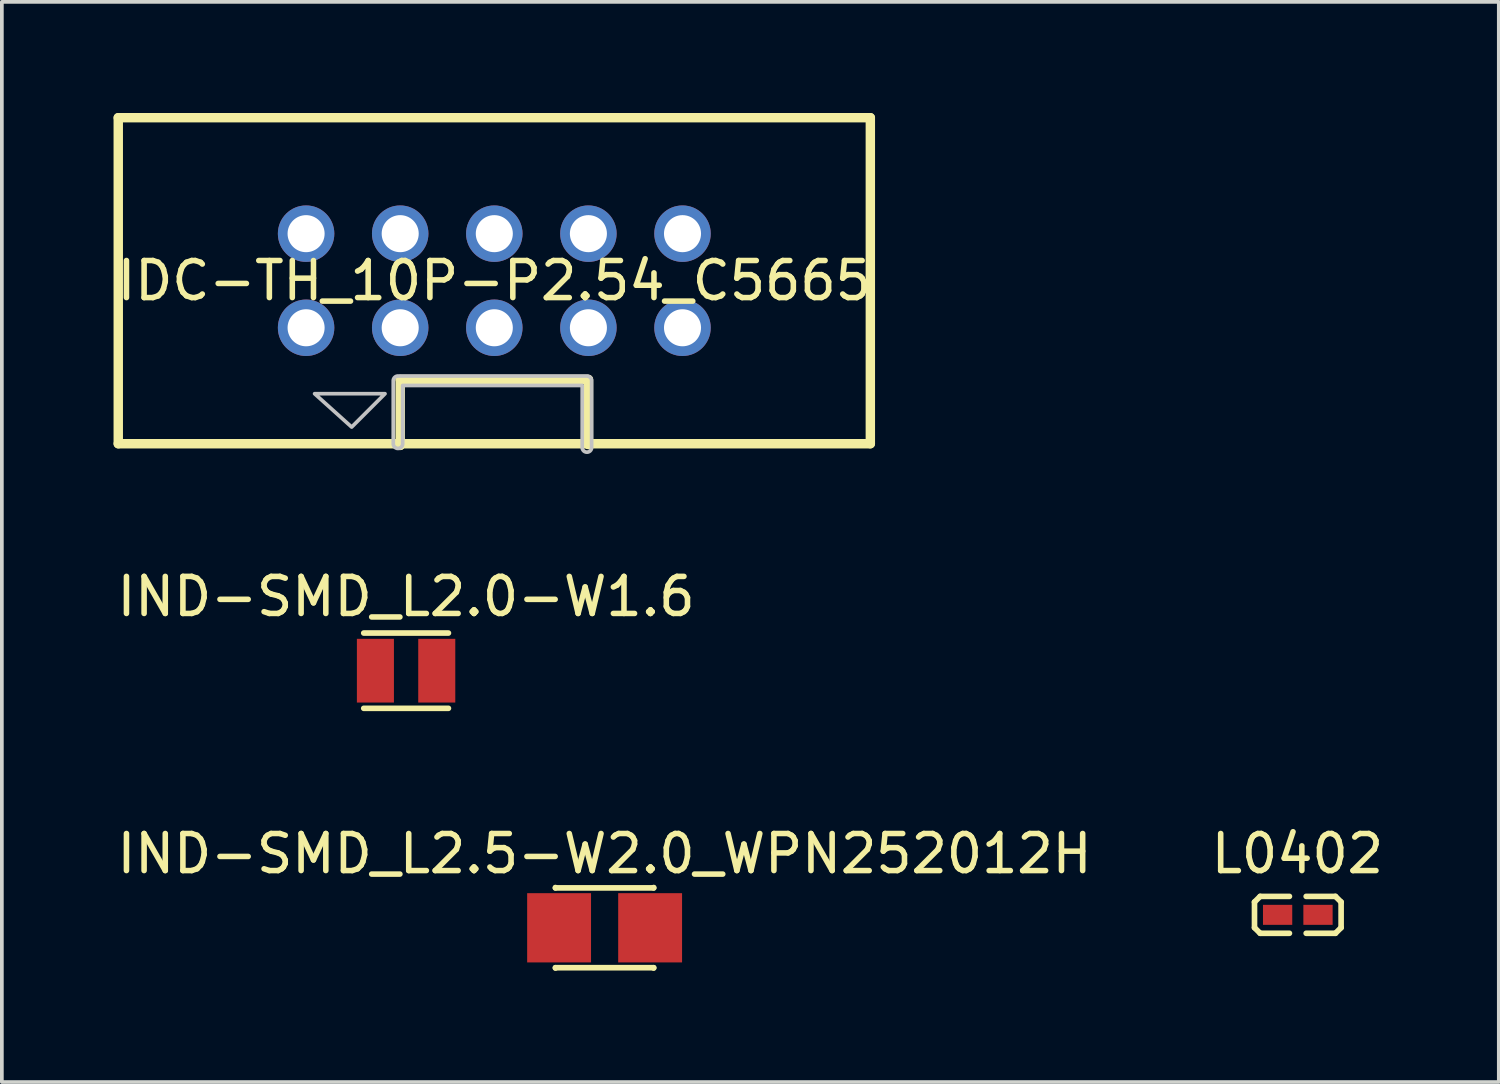
<source format=kicad_pcb>
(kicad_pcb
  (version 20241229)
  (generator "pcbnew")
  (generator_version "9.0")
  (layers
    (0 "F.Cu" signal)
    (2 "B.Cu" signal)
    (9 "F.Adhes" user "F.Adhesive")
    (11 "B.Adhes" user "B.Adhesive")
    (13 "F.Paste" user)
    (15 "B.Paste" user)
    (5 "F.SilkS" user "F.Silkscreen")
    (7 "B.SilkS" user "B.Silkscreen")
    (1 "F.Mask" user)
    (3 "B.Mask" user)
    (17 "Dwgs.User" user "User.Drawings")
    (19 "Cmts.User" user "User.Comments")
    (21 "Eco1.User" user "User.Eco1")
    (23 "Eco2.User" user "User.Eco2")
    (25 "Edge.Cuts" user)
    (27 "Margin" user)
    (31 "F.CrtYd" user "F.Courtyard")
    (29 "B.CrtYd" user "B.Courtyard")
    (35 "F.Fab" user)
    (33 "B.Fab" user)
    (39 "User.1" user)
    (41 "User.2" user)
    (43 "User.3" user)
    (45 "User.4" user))
  (footprint "L0402"
    (layer "F.Cu")
    (at 31.98 21.643)
    (property "Reference" "L0402" (at -0.01 -1.65 0) (layer "F.SilkS") (effects (font (size 1 1) (thickness 0.15))))
    (fp_line (start -1.169 -0.346) (end -1.016 -0.498) (stroke (width 0.152) (type default)) (layer "F.SilkS"))
    (fp_line (start -1.169 0.346) (end -1.169 -0.346) (stroke (width 0.152) (type default)) (layer "F.SilkS"))
    (fp_line (start -1.016 -0.498) (end -0.226 -0.498) (stroke (width 0.152) (type default)) (layer "F.SilkS"))
    (fp_line (start -1.016 0.498) (end -1.169 0.346) (stroke (width 0.152) (type default)) (layer "F.SilkS"))
    (fp_line (start -0.226 0.498) (end -1.016 0.498) (stroke (width 0.152) (type default)) (layer "F.SilkS"))
    (fp_line (start 0.226 0.498) (end 1.016 0.498) (stroke (width 0.152) (type default)) (layer "F.SilkS"))
    (fp_line (start 1.016 -0.498) (end 0.226 -0.498) (stroke (width 0.152) (type default)) (layer "F.SilkS"))
    (fp_line (start 1.016 0.498) (end 1.169 0.346) (stroke (width 0.152) (type default)) (layer "F.SilkS"))
    (fp_line (start 1.169 -0.346) (end 1.016 -0.498) (stroke (width 0.152) (type default)) (layer "F.SilkS"))
    (fp_line (start 1.169 0.346) (end 1.169 -0.346) (stroke (width 0.152) (type default)) (layer "F.SilkS"))
    (fp_poly (pts (xy -0.135 0.086) (xy -0.135 -0.086) (xy -0.404 -0.27) (xy -0.9 -0.27) (xy -0.94 -0.23) (xy -0.94 0.23) (xy -0.9 0.27) (xy -0.404 0.27)) (stroke (width 0) (type default)) (fill yes) (layer "F.Paste"))
    (fp_poly (pts (xy 0.135 0.086) (xy 0.135 -0.086) (xy 0.404 -0.27) (xy 0.9 -0.27) (xy 0.94 -0.23) (xy 0.94 0.23) (xy 0.9 0.27) (xy 0.404 0.27)) (stroke (width 0) (type default)) (fill yes) (layer "F.Paste"))
    (fp_poly (pts (xy -0.5 0.25) (xy -0.5 -0.25) (xy -0.25 -0.25) (xy -0.25 0.25)) (stroke (width 0.1) (type default)) (fill no) (layer "User.1"))
    (fp_poly (pts (xy 0.5 0.25) (xy 0.5 -0.25) (xy 0.25 -0.25) (xy 0.25 0.25)) (stroke (width 0.1) (type default)) (fill no) (layer "User.1"))
    (fp_line (start -0.5 -0.25) (end 0.5 -0.25) (stroke (width 0.051) (type default)) (layer "User.2"))
    (fp_line (start -0.5 0.25) (end -0.5 -0.25) (stroke (width 0.051) (type default)) (layer "User.2"))
    (fp_line (start 0.5 -0.25) (end 0.5 0.25) (stroke (width 0.051) (type default)) (layer "User.2"))
    (fp_line (start 0.5 0.25) (end -0.5 0.25) (stroke (width 0.051) (type default)) (layer "User.2"))
    (fp_poly (pts (xy -0.44 0.25) (xy -0.458 0.208) (xy -0.5 0.19) (xy -0.542 0.208) (xy -0.56 0.25) (xy -0.542 0.292) (xy -0.5 0.31) (xy -0.458 0.292)) (stroke (width 0.1) (type default)) (fill no) (layer "User.3"))
    (pad "1" smd rect (at -0.545 0) (size 0.79 0.54) (layers "F.Cu" "F.Mask" "F.Paste"))
    (pad "2" smd rect (at 0.545 0) (size 0.79 0.54) (layers "F.Cu" "F.Mask" "F.Paste")))
  (footprint "IND-SMD_L2.5-W2.0_WPN252012H"
    (layer "F.Cu")
    (at 13.268 21.993)
    (property "Reference" "IND-SMD_L2.5-W2.0_WPN252012H" (at 0 -2 0) (layer "F.SilkS") (effects (font (size 1 1) (thickness 0.15))))
    (fp_line (start -1.326 -1.087) (end -1.326 -1.077) (stroke (width 0.152) (type default)) (layer "F.SilkS"))
    (fp_line (start -1.326 -1.077) (end 1.326 -1.077) (stroke (width 0.152) (type default)) (layer "F.SilkS"))
    (fp_line (start -1.326 1.077) (end 1.326 1.077) (stroke (width 0.152) (type default)) (layer "F.SilkS"))
    (fp_line (start -1.326 1.087) (end -1.326 1.077) (stroke (width 0.152) (type default)) (layer "F.SilkS"))
    (fp_line (start 1.326 -1.077) (end 1.326 -1.087) (stroke (width 0.152) (type default)) (layer "F.SilkS"))
    (fp_line (start 1.326 1.077) (end 1.326 1.087) (stroke (width 0.152) (type default)) (layer "F.SilkS"))
    (fp_poly (pts (xy -0.45 0.826) (xy -1.25 0.826) (xy -1.25 -0.826) (xy -0.45 -0.826)) (stroke (width 0.1) (type default)) (fill no) (layer "User.1"))
    (fp_poly (pts (xy 0.45 -0.826) (xy 1.25 -0.826) (xy 1.25 0.826) (xy 0.45 0.826)) (stroke (width 0.1) (type default)) (fill no) (layer "User.1"))
    (fp_line (start -1.25 -1.001) (end 1.25 -1.001) (stroke (width 0.051) (type default)) (layer "User.2"))
    (fp_line (start -1.25 1.001) (end -1.25 -1.001) (stroke (width 0.051) (type default)) (layer "User.2"))
    (fp_line (start 1.25 -1.001) (end 1.25 1.001) (stroke (width 0.051) (type default)) (layer "User.2"))
    (fp_line (start 1.25 1.001) (end -1.25 1.001) (stroke (width 0.051) (type default)) (layer "User.2"))
    (fp_poly (pts (xy -1.188 1.001) (xy -1.206 0.958) (xy -1.25 0.94) (xy -1.293 0.958) (xy -1.31 1.001) (xy -1.293 1.044) (xy -1.25 1.062) (xy -1.206 1.044)) (stroke (width 0.1) (type default)) (fill no) (layer "User.3"))
    (pad "1" smd rect (at 1.23 0) (size 1.724 1.869) (layers "F.Cu" "F.Mask" "F.Paste"))
    (pad "2" smd rect (at -1.227 0) (size 1.724 1.869) (layers "F.Cu" "F.Mask" "F.Paste")))
  (footprint "IDC-TH_10P-P2.54_C5665"
    (layer "F.Cu")
    (at 10.292 4.527)
    (property "Reference" "IDC-TH_10P-P2.54_C5665" (at 0 0 0) (layer "F.SilkS") (effects (font (size 1 1) (thickness 0.15))))
    (fp_line (start -10.15 -4.4) (end 10.15 -4.4) (stroke (width 0.254) (type default)) (layer "F.SilkS"))
    (fp_line (start -10.15 4.4) (end -10.15 -4.4) (stroke (width 0.254) (type default)) (layer "F.SilkS"))
    (fp_line (start -2.54 2.667) (end -2.54 4.445) (stroke (width 0.254) (type default)) (layer "F.SilkS"))
    (fp_line (start -2.54 2.667) (end 2.54 2.667) (stroke (width 0.254) (type default)) (layer "F.SilkS"))
    (fp_line (start -2.54 4.445) (end -2.489 4.369) (stroke (width 0.254) (type default)) (layer "F.SilkS"))
    (fp_line (start 2.54 2.667) (end 2.54 4.42) (stroke (width 0.254) (type default)) (layer "F.SilkS"))
    (fp_line (start 2.54 4.42) (end 2.54 4.369) (stroke (width 0.254) (type default)) (layer "F.SilkS"))
    (fp_line (start 10.15 -4.4) (end 10.15 4.4) (stroke (width 0.254) (type default)) (layer "F.SilkS"))
    (fp_line (start 10.15 4.4) (end -10.15 4.4) (stroke (width 0.254) (type default)) (layer "F.SilkS"))
    (fp_poly (pts (xy -4.85 3.05) (xy -2.95 3.05) (xy -3.85 3.95)) (stroke (width 0.1) (type default)) (fill no) (layer "Dwgs.User"))
    (fp_poly (pts (arc (start -2.473 4.4) (mid -2.6 4.527) (end -2.727 4.4)) (arc (start -2.727 2.7) (mid -2.689803 2.610197) (end -2.6 2.573)) (arc (start 2.5 2.573) (mid 2.589803 2.610197) (end 2.627 2.7)) (arc (start 2.627 4.5) (mid 2.5 4.627) (end 2.373 4.5)) (xy 2.373 2.827) (xy -2.473 2.827)) (stroke (width 0.1) (type default)) (fill no) (layer "Dwgs.User"))
    (fp_poly (pts (xy -5.4 -1.59) (xy -4.76 -1.59) (xy -4.76 -0.95) (xy -5.4 -0.95)) (stroke (width 0.1) (type default)) (fill no) (layer "User.1"))
    (fp_poly (pts (xy -5.4 0.95) (xy -4.76 0.95) (xy -4.76 1.59) (xy -5.4 1.59)) (stroke (width 0.1) (type default)) (fill no) (layer "User.1"))
    (fp_poly (pts (xy -2.86 -1.59) (xy -2.22 -1.59) (xy -2.22 -0.95) (xy -2.86 -0.95)) (stroke (width 0.1) (type default)) (fill no) (layer "User.1"))
    (fp_poly (pts (xy -2.86 0.95) (xy -2.22 0.95) (xy -2.22 1.59) (xy -2.86 1.59)) (stroke (width 0.1) (type default)) (fill no) (layer "User.1"))
    (fp_poly (pts (xy -0.32 -1.59) (xy 0.32 -1.59) (xy 0.32 -0.95) (xy -0.32 -0.95)) (stroke (width 0.1) (type default)) (fill no) (layer "User.1"))
    (fp_poly (pts (xy -0.32 0.95) (xy 0.32 0.95) (xy 0.32 1.59) (xy -0.32 1.59)) (stroke (width 0.1) (type default)) (fill no) (layer "User.1"))
    (fp_poly (pts (xy 2.22 -1.59) (xy 2.86 -1.59) (xy 2.86 -0.95) (xy 2.22 -0.95)) (stroke (width 0.1) (type default)) (fill no) (layer "User.1"))
    (fp_poly (pts (xy 2.22 0.95) (xy 2.86 0.95) (xy 2.86 1.59) (xy 2.22 1.59)) (stroke (width 0.1) (type default)) (fill no) (layer "User.1"))
    (fp_poly (pts (xy 4.76 -1.59) (xy 5.4 -1.59) (xy 5.4 -0.95) (xy 4.76 -0.95)) (stroke (width 0.1) (type default)) (fill no) (layer "User.1"))
    (fp_poly (pts (xy 4.76 0.95) (xy 5.4 0.95) (xy 5.4 1.59) (xy 4.76 1.59)) (stroke (width 0.1) (type default)) (fill no) (layer "User.1"))
    (fp_line (start -10.15 -4.4) (end 10.15 -4.4) (stroke (width 0.051) (type default)) (layer "User.2"))
    (fp_line (start -10.15 4.4) (end -10.15 -4.4) (stroke (width 0.051) (type default)) (layer "User.2"))
    (fp_line (start 10.15 -4.4) (end 10.15 4.4) (stroke (width 0.051) (type default)) (layer "User.2"))
    (fp_line (start 10.15 4.4) (end -10.15 4.4) (stroke (width 0.051) (type default)) (layer "User.2"))
    (fp_poly (pts (xy -10.09 4.4) (xy -10.108 4.358) (xy -10.15 4.34) (xy -10.192 4.358) (xy -10.21 4.4) (xy -10.192 4.442) (xy -10.15 4.46) (xy -10.108 4.442)) (stroke (width 0.1) (type default)) (fill no) (layer "User.3"))
    (pad "1" thru_hole circle (at -5.08 1.27) (size 1.524 1.524) (drill 1) (layers "*.Cu" "*.Mask"))
    (pad "2" thru_hole circle (at -5.08 -1.27) (size 1.524 1.524) (drill 1) (layers "*.Cu" "*.Mask"))
    (pad "3" thru_hole circle (at -2.54 1.27) (size 1.524 1.524) (drill 1) (layers "*.Cu" "*.Mask"))
    (pad "4" thru_hole circle (at -2.54 -1.27) (size 1.524 1.524) (drill 1) (layers "*.Cu" "*.Mask"))
    (pad "5" thru_hole circle (at 0 1.27) (size 1.524 1.524) (drill 1) (layers "*.Cu" "*.Mask"))
    (pad "6" thru_hole circle (at 0 -1.27) (size 1.524 1.524) (drill 1) (layers "*.Cu" "*.Mask"))
    (pad "7" thru_hole circle (at 2.54 1.27) (size 1.524 1.524) (drill 1) (layers "*.Cu" "*.Mask"))
    (pad "8" thru_hole circle (at 2.54 -1.27) (size 1.524 1.524) (drill 1) (layers "*.Cu" "*.Mask"))
    (pad "9" thru_hole circle (at 5.08 1.27) (size 1.524 1.524) (drill 1) (layers "*.Cu" "*.Mask"))
    (pad "10" thru_hole circle (at 5.08 -1.27) (size 1.524 1.524) (drill 1) (layers "*.Cu" "*.Mask")))
  (footprint "IND-SMD_L2.0-W1.6"
    (layer "F.Cu")
    (at 7.911 15.053)
    (property "Reference" "IND-SMD_L2.0-W1.6" (at 0 -2 0) (layer "F.SilkS") (effects (font (size 1 1) (thickness 0.15))))
    (fp_line (start -1.143 -1.016) (end 1.143 -1.016) (stroke (width 0.152) (type default)) (layer "F.SilkS"))
    (fp_line (start 1.143 1.016) (end -1.143 1.016) (stroke (width 0.152) (type default)) (layer "F.SilkS"))
    (fp_poly (pts (xy -1 -0.8) (xy -0.4 -0.8) (xy -0.4 0.8) (xy -1 0.8)) (stroke (width 0.1) (type default)) (fill no) (layer "User.1"))
    (fp_poly (pts (xy 0.4 -0.8) (xy 1 -0.8) (xy 1 0.8) (xy 0.4 0.8)) (stroke (width 0.1) (type default)) (fill no) (layer "User.1"))
    (fp_line (start -1 -0.8) (end 1 -0.8) (stroke (width 0.051) (type default)) (layer "User.2"))
    (fp_line (start -1 0.8) (end -1 -0.8) (stroke (width 0.051) (type default)) (layer "User.2"))
    (fp_line (start 1 -0.8) (end 1 0.8) (stroke (width 0.051) (type default)) (layer "User.2"))
    (fp_line (start 1 0.8) (end -1 0.8) (stroke (width 0.051) (type default)) (layer "User.2"))
    (fp_poly (pts (xy 1.06 -0.8) (xy 1.042 -0.842) (xy 1 -0.86) (xy 0.958 -0.842) (xy 0.94 -0.8) (xy 0.958 -0.758) (xy 1 -0.74) (xy 1.042 -0.758)) (stroke (width 0.1) (type default)) (fill no) (layer "User.3"))
    (pad "1" smd rect (at 0.828 0) (size 1 1.72) (layers "F.Cu" "F.Mask" "F.Paste"))
    (pad "2" smd rect (at -0.828 0) (size 1 1.72) (layers "F.Cu" "F.Mask" "F.Paste")))
  (gr_rect
    (start -3 -3)
    (end 37.405 26.156)
    (stroke (width 0.1) (type default))
    (fill no)
    (layer "Edge.Cuts")))
</source>
